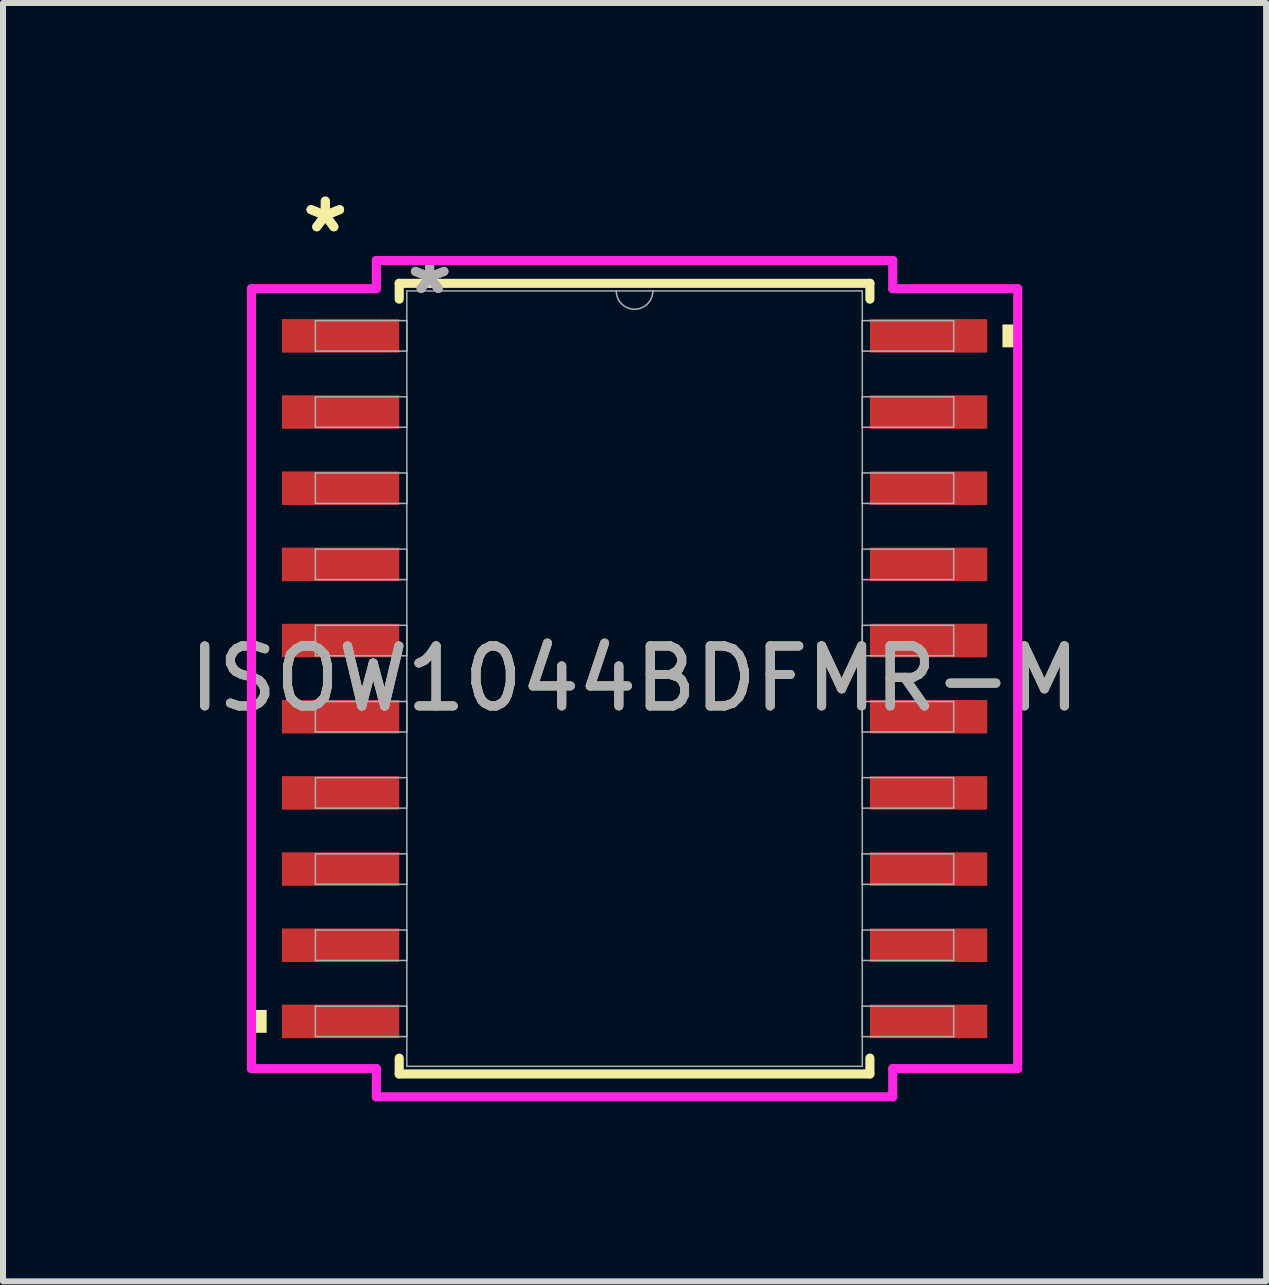
<source format=kicad_pcb>
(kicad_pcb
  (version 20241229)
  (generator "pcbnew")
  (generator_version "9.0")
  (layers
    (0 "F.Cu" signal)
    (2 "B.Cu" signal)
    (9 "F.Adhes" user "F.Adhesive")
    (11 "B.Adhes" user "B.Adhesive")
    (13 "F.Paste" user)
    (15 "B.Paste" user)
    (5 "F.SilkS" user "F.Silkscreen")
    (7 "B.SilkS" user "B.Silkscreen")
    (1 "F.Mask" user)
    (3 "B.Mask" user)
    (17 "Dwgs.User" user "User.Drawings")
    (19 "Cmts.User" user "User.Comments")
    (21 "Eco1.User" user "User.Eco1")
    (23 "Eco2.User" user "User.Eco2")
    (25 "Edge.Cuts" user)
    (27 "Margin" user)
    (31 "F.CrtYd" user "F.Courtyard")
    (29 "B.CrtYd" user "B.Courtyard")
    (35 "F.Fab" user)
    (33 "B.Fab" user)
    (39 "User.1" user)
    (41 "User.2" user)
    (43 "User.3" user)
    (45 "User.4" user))
  (footprint "ISOW1044BDFMR-M"
    (layer "F.Cu")
    (at 7.53 8.265)
    (property "Reference" "ISOW1044BDFMR-M" (at 0 0 0) (unlocked yes) (layer "F.SilkS") (effects (font (size 1 1) (thickness 0.15))))
    (attr smd)
    (fp_line (start -3.924 -6.591) (end -3.924 -6.327) (stroke (width 0.152) (type solid)) (layer "F.SilkS"))
    (fp_line (start -3.924 6.327) (end -3.924 6.591) (stroke (width 0.152) (type solid)) (layer "F.SilkS"))
    (fp_line (start -3.924 6.591) (end 3.924 6.591) (stroke (width 0.152) (type solid)) (layer "F.SilkS"))
    (fp_line (start 3.924 -6.591) (end -3.924 -6.591) (stroke (width 0.152) (type solid)) (layer "F.SilkS"))
    (fp_line (start 3.924 -6.327) (end 3.924 -6.591) (stroke (width 0.152) (type solid)) (layer "F.SilkS"))
    (fp_line (start 3.924 6.591) (end 3.924 6.327) (stroke (width 0.152) (type solid)) (layer "F.SilkS"))
    (fp_poly (pts (xy -6.388 5.524) (xy -6.388 5.905) (xy -6.134 5.905) (xy -6.134 5.524)) (stroke (width 0) (type solid)) (fill yes) (layer "F.SilkS"))
    (fp_poly (pts (xy 6.388 -5.905) (xy 6.388 -5.524) (xy 6.134 -5.524) (xy 6.134 -5.905)) (stroke (width 0) (type solid)) (fill yes) (layer "F.SilkS"))
    (fp_line (start -6.388 -6.502) (end -4.305 -6.502) (stroke (width 0.152) (type solid)) (layer "F.CrtYd"))
    (fp_line (start -6.388 6.502) (end -6.388 -6.502) (stroke (width 0.152) (type solid)) (layer "F.CrtYd"))
    (fp_line (start -6.388 6.502) (end -4.305 6.502) (stroke (width 0.152) (type solid)) (layer "F.CrtYd"))
    (fp_line (start -4.305 -6.972) (end 4.305 -6.972) (stroke (width 0.152) (type solid)) (layer "F.CrtYd"))
    (fp_line (start -4.305 -6.502) (end -4.305 -6.972) (stroke (width 0.152) (type solid)) (layer "F.CrtYd"))
    (fp_line (start -4.305 6.972) (end -4.305 6.502) (stroke (width 0.152) (type solid)) (layer "F.CrtYd"))
    (fp_line (start 4.305 -6.972) (end 4.305 -6.502) (stroke (width 0.152) (type solid)) (layer "F.CrtYd"))
    (fp_line (start 4.305 6.502) (end 4.305 6.972) (stroke (width 0.152) (type solid)) (layer "F.CrtYd"))
    (fp_line (start 4.305 6.972) (end -4.305 6.972) (stroke (width 0.152) (type solid)) (layer "F.CrtYd"))
    (fp_line (start 6.388 -6.502) (end 4.305 -6.502) (stroke (width 0.152) (type solid)) (layer "F.CrtYd"))
    (fp_line (start 6.388 -6.502) (end 6.388 6.502) (stroke (width 0.152) (type solid)) (layer "F.CrtYd"))
    (fp_line (start 6.388 6.502) (end 4.305 6.502) (stroke (width 0.152) (type solid)) (layer "F.CrtYd"))
    (fp_line (start -5.321 -5.969) (end -5.321 -5.461) (stroke (width 0.025) (type solid)) (layer "F.Fab"))
    (fp_line (start -5.321 -5.461) (end -3.797 -5.461) (stroke (width 0.025) (type solid)) (layer "F.Fab"))
    (fp_line (start -5.321 -4.699) (end -5.321 -4.191) (stroke (width 0.025) (type solid)) (layer "F.Fab"))
    (fp_line (start -5.321 -4.191) (end -3.797 -4.191) (stroke (width 0.025) (type solid)) (layer "F.Fab"))
    (fp_line (start -5.321 -3.429) (end -5.321 -2.921) (stroke (width 0.025) (type solid)) (layer "F.Fab"))
    (fp_line (start -5.321 -2.921) (end -3.797 -2.921) (stroke (width 0.025) (type solid)) (layer "F.Fab"))
    (fp_line (start -5.321 -2.159) (end -5.321 -1.651) (stroke (width 0.025) (type solid)) (layer "F.Fab"))
    (fp_line (start -5.321 -1.651) (end -3.797 -1.651) (stroke (width 0.025) (type solid)) (layer "F.Fab"))
    (fp_line (start -5.321 -0.889) (end -5.321 -0.381) (stroke (width 0.025) (type solid)) (layer "F.Fab"))
    (fp_line (start -5.321 -0.381) (end -3.797 -0.381) (stroke (width 0.025) (type solid)) (layer "F.Fab"))
    (fp_line (start -5.321 0.381) (end -5.321 0.889) (stroke (width 0.025) (type solid)) (layer "F.Fab"))
    (fp_line (start -5.321 0.889) (end -3.797 0.889) (stroke (width 0.025) (type solid)) (layer "F.Fab"))
    (fp_line (start -5.321 1.651) (end -5.321 2.159) (stroke (width 0.025) (type solid)) (layer "F.Fab"))
    (fp_line (start -5.321 2.159) (end -3.797 2.159) (stroke (width 0.025) (type solid)) (layer "F.Fab"))
    (fp_line (start -5.321 2.921) (end -5.321 3.429) (stroke (width 0.025) (type solid)) (layer "F.Fab"))
    (fp_line (start -5.321 3.429) (end -3.797 3.429) (stroke (width 0.025) (type solid)) (layer "F.Fab"))
    (fp_line (start -5.321 4.191) (end -5.321 4.699) (stroke (width 0.025) (type solid)) (layer "F.Fab"))
    (fp_line (start -5.321 4.699) (end -3.797 4.699) (stroke (width 0.025) (type solid)) (layer "F.Fab"))
    (fp_line (start -5.321 5.461) (end -5.321 5.969) (stroke (width 0.025) (type solid)) (layer "F.Fab"))
    (fp_line (start -5.321 5.969) (end -3.797 5.969) (stroke (width 0.025) (type solid)) (layer "F.Fab"))
    (fp_line (start -3.797 -6.464) (end -3.797 6.464) (stroke (width 0.025) (type solid)) (layer "F.Fab"))
    (fp_line (start -3.797 -5.969) (end -5.321 -5.969) (stroke (width 0.025) (type solid)) (layer "F.Fab"))
    (fp_line (start -3.797 -5.461) (end -3.797 -5.969) (stroke (width 0.025) (type solid)) (layer "F.Fab"))
    (fp_line (start -3.797 -4.699) (end -5.321 -4.699) (stroke (width 0.025) (type solid)) (layer "F.Fab"))
    (fp_line (start -3.797 -4.191) (end -3.797 -4.699) (stroke (width 0.025) (type solid)) (layer "F.Fab"))
    (fp_line (start -3.797 -3.429) (end -5.321 -3.429) (stroke (width 0.025) (type solid)) (layer "F.Fab"))
    (fp_line (start -3.797 -2.921) (end -3.797 -3.429) (stroke (width 0.025) (type solid)) (layer "F.Fab"))
    (fp_line (start -3.797 -2.159) (end -5.321 -2.159) (stroke (width 0.025) (type solid)) (layer "F.Fab"))
    (fp_line (start -3.797 -1.651) (end -3.797 -2.159) (stroke (width 0.025) (type solid)) (layer "F.Fab"))
    (fp_line (start -3.797 -0.889) (end -5.321 -0.889) (stroke (width 0.025) (type solid)) (layer "F.Fab"))
    (fp_line (start -3.797 -0.381) (end -3.797 -0.889) (stroke (width 0.025) (type solid)) (layer "F.Fab"))
    (fp_line (start -3.797 0.381) (end -5.321 0.381) (stroke (width 0.025) (type solid)) (layer "F.Fab"))
    (fp_line (start -3.797 0.889) (end -3.797 0.381) (stroke (width 0.025) (type solid)) (layer "F.Fab"))
    (fp_line (start -3.797 1.651) (end -5.321 1.651) (stroke (width 0.025) (type solid)) (layer "F.Fab"))
    (fp_line (start -3.797 2.159) (end -3.797 1.651) (stroke (width 0.025) (type solid)) (layer "F.Fab"))
    (fp_line (start -3.797 2.921) (end -5.321 2.921) (stroke (width 0.025) (type solid)) (layer "F.Fab"))
    (fp_line (start -3.797 3.429) (end -3.797 2.921) (stroke (width 0.025) (type solid)) (layer "F.Fab"))
    (fp_line (start -3.797 4.191) (end -5.321 4.191) (stroke (width 0.025) (type solid)) (layer "F.Fab"))
    (fp_line (start -3.797 4.699) (end -3.797 4.191) (stroke (width 0.025) (type solid)) (layer "F.Fab"))
    (fp_line (start -3.797 5.461) (end -5.321 5.461) (stroke (width 0.025) (type solid)) (layer "F.Fab"))
    (fp_line (start -3.797 5.969) (end -3.797 5.461) (stroke (width 0.025) (type solid)) (layer "F.Fab"))
    (fp_line (start -3.797 6.464) (end 3.797 6.464) (stroke (width 0.025) (type solid)) (layer "F.Fab"))
    (fp_line (start 3.797 -6.464) (end -3.797 -6.464) (stroke (width 0.025) (type solid)) (layer "F.Fab"))
    (fp_line (start 3.797 -5.969) (end 3.797 -5.461) (stroke (width 0.025) (type solid)) (layer "F.Fab"))
    (fp_line (start 3.797 -5.461) (end 5.321 -5.461) (stroke (width 0.025) (type solid)) (layer "F.Fab"))
    (fp_line (start 3.797 -4.699) (end 3.797 -4.191) (stroke (width 0.025) (type solid)) (layer "F.Fab"))
    (fp_line (start 3.797 -4.191) (end 5.321 -4.191) (stroke (width 0.025) (type solid)) (layer "F.Fab"))
    (fp_line (start 3.797 -3.429) (end 3.797 -2.921) (stroke (width 0.025) (type solid)) (layer "F.Fab"))
    (fp_line (start 3.797 -2.921) (end 5.321 -2.921) (stroke (width 0.025) (type solid)) (layer "F.Fab"))
    (fp_line (start 3.797 -2.159) (end 3.797 -1.651) (stroke (width 0.025) (type solid)) (layer "F.Fab"))
    (fp_line (start 3.797 -1.651) (end 5.321 -1.651) (stroke (width 0.025) (type solid)) (layer "F.Fab"))
    (fp_line (start 3.797 -0.889) (end 3.797 -0.381) (stroke (width 0.025) (type solid)) (layer "F.Fab"))
    (fp_line (start 3.797 -0.381) (end 5.321 -0.381) (stroke (width 0.025) (type solid)) (layer "F.Fab"))
    (fp_line (start 3.797 0.381) (end 3.797 0.889) (stroke (width 0.025) (type solid)) (layer "F.Fab"))
    (fp_line (start 3.797 0.889) (end 5.321 0.889) (stroke (width 0.025) (type solid)) (layer "F.Fab"))
    (fp_line (start 3.797 1.651) (end 3.797 2.159) (stroke (width 0.025) (type solid)) (layer "F.Fab"))
    (fp_line (start 3.797 2.159) (end 5.321 2.159) (stroke (width 0.025) (type solid)) (layer "F.Fab"))
    (fp_line (start 3.797 2.921) (end 3.797 3.429) (stroke (width 0.025) (type solid)) (layer "F.Fab"))
    (fp_line (start 3.797 3.429) (end 5.321 3.429) (stroke (width 0.025) (type solid)) (layer "F.Fab"))
    (fp_line (start 3.797 4.191) (end 3.797 4.699) (stroke (width 0.025) (type solid)) (layer "F.Fab"))
    (fp_line (start 3.797 4.699) (end 5.321 4.699) (stroke (width 0.025) (type solid)) (layer "F.Fab"))
    (fp_line (start 3.797 5.461) (end 3.797 5.969) (stroke (width 0.025) (type solid)) (layer "F.Fab"))
    (fp_line (start 3.797 5.969) (end 5.321 5.969) (stroke (width 0.025) (type solid)) (layer "F.Fab"))
    (fp_line (start 3.797 6.464) (end 3.797 -6.464) (stroke (width 0.025) (type solid)) (layer "F.Fab"))
    (fp_line (start 5.321 -5.969) (end 3.797 -5.969) (stroke (width 0.025) (type solid)) (layer "F.Fab"))
    (fp_line (start 5.321 -5.461) (end 5.321 -5.969) (stroke (width 0.025) (type solid)) (layer "F.Fab"))
    (fp_line (start 5.321 -4.699) (end 3.797 -4.699) (stroke (width 0.025) (type solid)) (layer "F.Fab"))
    (fp_line (start 5.321 -4.191) (end 5.321 -4.699) (stroke (width 0.025) (type solid)) (layer "F.Fab"))
    (fp_line (start 5.321 -3.429) (end 3.797 -3.429) (stroke (width 0.025) (type solid)) (layer "F.Fab"))
    (fp_line (start 5.321 -2.921) (end 5.321 -3.429) (stroke (width 0.025) (type solid)) (layer "F.Fab"))
    (fp_line (start 5.321 -2.159) (end 3.797 -2.159) (stroke (width 0.025) (type solid)) (layer "F.Fab"))
    (fp_line (start 5.321 -1.651) (end 5.321 -2.159) (stroke (width 0.025) (type solid)) (layer "F.Fab"))
    (fp_line (start 5.321 -0.889) (end 3.797 -0.889) (stroke (width 0.025) (type solid)) (layer "F.Fab"))
    (fp_line (start 5.321 -0.381) (end 5.321 -0.889) (stroke (width 0.025) (type solid)) (layer "F.Fab"))
    (fp_line (start 5.321 0.381) (end 3.797 0.381) (stroke (width 0.025) (type solid)) (layer "F.Fab"))
    (fp_line (start 5.321 0.889) (end 5.321 0.381) (stroke (width 0.025) (type solid)) (layer "F.Fab"))
    (fp_line (start 5.321 1.651) (end 3.797 1.651) (stroke (width 0.025) (type solid)) (layer "F.Fab"))
    (fp_line (start 5.321 2.159) (end 5.321 1.651) (stroke (width 0.025) (type solid)) (layer "F.Fab"))
    (fp_line (start 5.321 2.921) (end 3.797 2.921) (stroke (width 0.025) (type solid)) (layer "F.Fab"))
    (fp_line (start 5.321 3.429) (end 5.321 2.921) (stroke (width 0.025) (type solid)) (layer "F.Fab"))
    (fp_line (start 5.321 4.191) (end 3.797 4.191) (stroke (width 0.025) (type solid)) (layer "F.Fab"))
    (fp_line (start 5.321 4.699) (end 5.321 4.191) (stroke (width 0.025) (type solid)) (layer "F.Fab"))
    (fp_line (start 5.321 5.461) (end 3.797 5.461) (stroke (width 0.025) (type solid)) (layer "F.Fab"))
    (fp_line (start 5.321 5.969) (end 5.321 5.461) (stroke (width 0.025) (type solid)) (layer "F.Fab"))
    (fp_arc (start 0.3048 -6.4643) (mid 0 -6.1595) (end -0.3048 -6.4643) (stroke (width 0.0254) (type solid)) (layer "F.Fab"))
    (fp_text user "*" (at -5.156 -7.417 0) (unlocked yes) (layer "F.SilkS") (effects (font (size 1 1) (thickness 0.15))))
    (fp_text user "*" (at -5.156 -7.417 0) (layer "F.SilkS") (effects (font (size 1 1) (thickness 0.15))))
    (fp_text user "*" (at -3.416 -6.388 0) (layer "F.Fab") (effects (font (size 1 1) (thickness 0.15))))
    (fp_text user "${REFERENCE}" (at 0 0 0) (unlocked yes) (layer "F.Fab") (effects (font (size 1 1) (thickness 0.15))))
    (fp_text user "*" (at -3.416 -6.388 0) (unlocked yes) (layer "F.Fab") (effects (font (size 1 1) (thickness 0.15))))
    (pad "1" smd rect (at -4.902 -5.715) (size 1.956 0.559) (layers "F.Cu" "F.Mask" "F.Paste"))
    (pad "2" smd rect (at -4.902 -4.445) (size 1.956 0.559) (layers "F.Cu" "F.Mask" "F.Paste"))
    (pad "3" smd rect (at -4.902 -3.175) (size 1.956 0.559) (layers "F.Cu" "F.Mask" "F.Paste"))
    (pad "4" smd rect (at -4.902 -1.905) (size 1.956 0.559) (layers "F.Cu" "F.Mask" "F.Paste"))
    (pad "5" smd rect (at -4.902 -0.635) (size 1.956 0.559) (layers "F.Cu" "F.Mask" "F.Paste"))
    (pad "6" smd rect (at -4.902 0.635) (size 1.956 0.559) (layers "F.Cu" "F.Mask" "F.Paste"))
    (pad "7" smd rect (at -4.902 1.905) (size 1.956 0.559) (layers "F.Cu" "F.Mask" "F.Paste"))
    (pad "8" smd rect (at -4.902 3.175) (size 1.956 0.559) (layers "F.Cu" "F.Mask" "F.Paste"))
    (pad "9" smd rect (at -4.902 4.445) (size 1.956 0.559) (layers "F.Cu" "F.Mask" "F.Paste"))
    (pad "10" smd rect (at -4.902 5.715) (size 1.956 0.559) (layers "F.Cu" "F.Mask" "F.Paste"))
    (pad "11" smd rect (at 4.902 5.715) (size 1.956 0.559) (layers "F.Cu" "F.Mask" "F.Paste"))
    (pad "12" smd rect (at 4.902 4.445) (size 1.956 0.559) (layers "F.Cu" "F.Mask" "F.Paste"))
    (pad "13" smd rect (at 4.902 3.175) (size 1.956 0.559) (layers "F.Cu" "F.Mask" "F.Paste"))
    (pad "14" smd rect (at 4.902 1.905) (size 1.956 0.559) (layers "F.Cu" "F.Mask" "F.Paste"))
    (pad "15" smd rect (at 4.902 0.635) (size 1.956 0.559) (layers "F.Cu" "F.Mask" "F.Paste"))
    (pad "16" smd rect (at 4.902 -0.635) (size 1.956 0.559) (layers "F.Cu" "F.Mask" "F.Paste"))
    (pad "17" smd rect (at 4.902 -1.905) (size 1.956 0.559) (layers "F.Cu" "F.Mask" "F.Paste"))
    (pad "18" smd rect (at 4.902 -3.175) (size 1.956 0.559) (layers "F.Cu" "F.Mask" "F.Paste"))
    (pad "19" smd rect (at 4.902 -4.445) (size 1.956 0.559) (layers "F.Cu" "F.Mask" "F.Paste"))
    (pad "20" smd rect (at 4.902 -5.715) (size 1.956 0.559) (layers "F.Cu" "F.Mask" "F.Paste")))
  (gr_rect
    (start -3 -3)
    (end 18.06 18.314)
    (stroke (width 0.1) (type default))
    (fill no)
    (layer "Edge.Cuts")))
</source>
